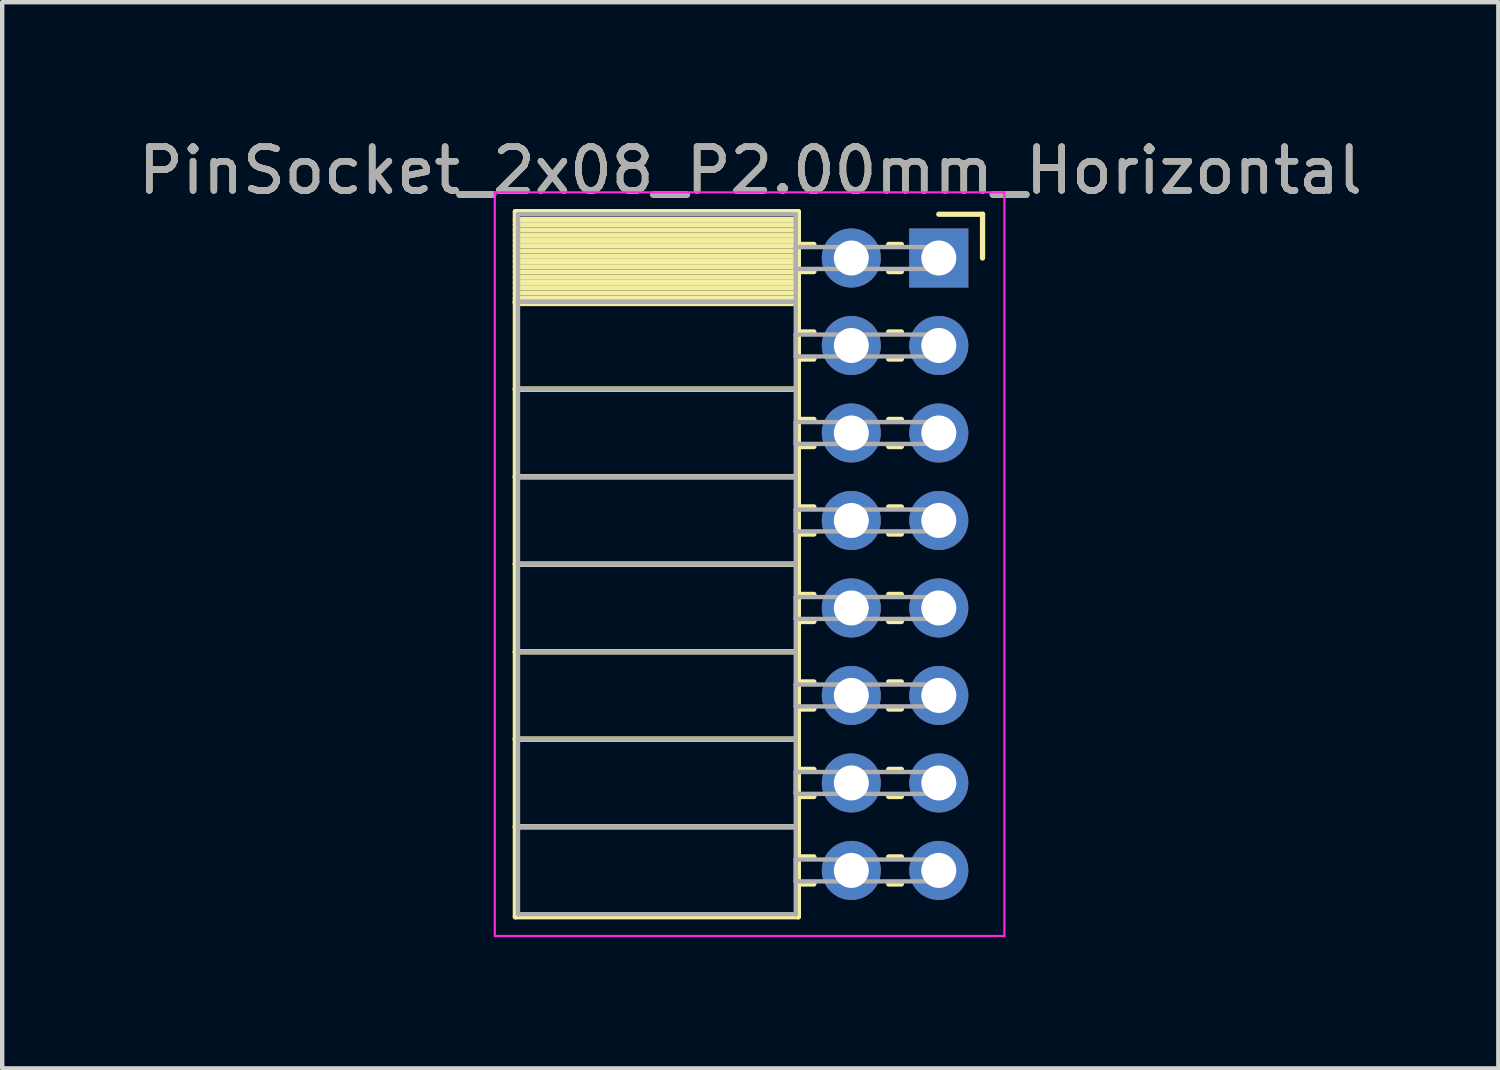
<source format=kicad_pcb>
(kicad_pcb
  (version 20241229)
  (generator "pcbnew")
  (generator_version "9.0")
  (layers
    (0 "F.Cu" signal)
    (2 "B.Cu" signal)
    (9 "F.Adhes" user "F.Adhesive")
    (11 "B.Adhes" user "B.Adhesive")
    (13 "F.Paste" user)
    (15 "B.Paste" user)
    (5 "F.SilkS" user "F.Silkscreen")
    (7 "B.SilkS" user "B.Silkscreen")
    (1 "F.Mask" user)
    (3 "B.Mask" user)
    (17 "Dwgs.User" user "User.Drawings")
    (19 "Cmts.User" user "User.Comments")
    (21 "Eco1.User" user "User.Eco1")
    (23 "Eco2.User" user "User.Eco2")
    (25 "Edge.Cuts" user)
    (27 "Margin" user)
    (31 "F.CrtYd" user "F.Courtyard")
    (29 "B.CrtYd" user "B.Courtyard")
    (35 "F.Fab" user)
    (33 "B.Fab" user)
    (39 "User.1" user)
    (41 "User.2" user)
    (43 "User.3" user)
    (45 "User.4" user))
  (footprint "PinSocket_2x08_P2.00mm_Horizontal"
    (layer "F.Cu")
    (at 18.411 2.848)
    (property "Reference" "PinSocket_2x08_P2.00mm_Horizontal" (at -4.31 -2 0) (layer "F.SilkS") (effects (font (size 1 1) (thickness 0.15))))
    (attr through_hole)
    (fp_line (start -9.68 -1.06) (end -3.21 -1.06) (stroke (width 0.12) (type solid)) (layer "F.SilkS"))
    (fp_line (start -9.68 1) (end -9.68 -1.06) (stroke (width 0.12) (type solid)) (layer "F.SilkS"))
    (fp_line (start -9.68 1) (end -3.21 1) (stroke (width 0.12) (type solid)) (layer "F.SilkS"))
    (fp_line (start -9.68 3) (end -9.68 1) (stroke (width 0.12) (type solid)) (layer "F.SilkS"))
    (fp_line (start -9.68 3) (end -3.21 3) (stroke (width 0.12) (type solid)) (layer "F.SilkS"))
    (fp_line (start -9.68 5) (end -9.68 3) (stroke (width 0.12) (type solid)) (layer "F.SilkS"))
    (fp_line (start -9.68 5) (end -3.21 5) (stroke (width 0.12) (type solid)) (layer "F.SilkS"))
    (fp_line (start -9.68 7) (end -9.68 5) (stroke (width 0.12) (type solid)) (layer "F.SilkS"))
    (fp_line (start -9.68 7) (end -3.21 7) (stroke (width 0.12) (type solid)) (layer "F.SilkS"))
    (fp_line (start -9.68 9) (end -9.68 7) (stroke (width 0.12) (type solid)) (layer "F.SilkS"))
    (fp_line (start -9.68 9) (end -3.21 9) (stroke (width 0.12) (type solid)) (layer "F.SilkS"))
    (fp_line (start -9.68 11) (end -9.68 9) (stroke (width 0.12) (type solid)) (layer "F.SilkS"))
    (fp_line (start -9.68 11) (end -3.21 11) (stroke (width 0.12) (type solid)) (layer "F.SilkS"))
    (fp_line (start -9.68 13) (end -9.68 11) (stroke (width 0.12) (type solid)) (layer "F.SilkS"))
    (fp_line (start -9.68 13) (end -3.21 13) (stroke (width 0.12) (type solid)) (layer "F.SilkS"))
    (fp_line (start -9.68 15.06) (end -9.68 13) (stroke (width 0.12) (type solid)) (layer "F.SilkS"))
    (fp_line (start -3.21 -1.06) (end -3.21 1) (stroke (width 0.12) (type solid)) (layer "F.SilkS"))
    (fp_line (start -3.21 -0.88) (end -9.68 -0.88) (stroke (width 0.12) (type solid)) (layer "F.SilkS"))
    (fp_line (start -3.21 -0.76) (end -9.68 -0.76) (stroke (width 0.12) (type solid)) (layer "F.SilkS"))
    (fp_line (start -3.21 -0.64) (end -9.68 -0.64) (stroke (width 0.12) (type solid)) (layer "F.SilkS"))
    (fp_line (start -3.21 -0.52) (end -9.68 -0.52) (stroke (width 0.12) (type solid)) (layer "F.SilkS"))
    (fp_line (start -3.21 -0.4) (end -9.68 -0.4) (stroke (width 0.12) (type solid)) (layer "F.SilkS"))
    (fp_line (start -3.21 -0.28) (end -9.68 -0.28) (stroke (width 0.12) (type solid)) (layer "F.SilkS"))
    (fp_line (start -3.21 -0.16) (end -9.68 -0.16) (stroke (width 0.12) (type solid)) (layer "F.SilkS"))
    (fp_line (start -3.21 -0.04) (end -9.68 -0.04) (stroke (width 0.12) (type solid)) (layer "F.SilkS"))
    (fp_line (start -3.21 0.08) (end -9.68 0.08) (stroke (width 0.12) (type solid)) (layer "F.SilkS"))
    (fp_line (start -3.21 0.2) (end -9.68 0.2) (stroke (width 0.12) (type solid)) (layer "F.SilkS"))
    (fp_line (start -3.21 0.32) (end -9.68 0.32) (stroke (width 0.12) (type solid)) (layer "F.SilkS"))
    (fp_line (start -3.21 0.44) (end -9.68 0.44) (stroke (width 0.12) (type solid)) (layer "F.SilkS"))
    (fp_line (start -3.21 0.56) (end -9.68 0.56) (stroke (width 0.12) (type solid)) (layer "F.SilkS"))
    (fp_line (start -3.21 0.68) (end -9.68 0.68) (stroke (width 0.12) (type solid)) (layer "F.SilkS"))
    (fp_line (start -3.21 0.8) (end -9.68 0.8) (stroke (width 0.12) (type solid)) (layer "F.SilkS"))
    (fp_line (start -3.21 0.92) (end -9.68 0.92) (stroke (width 0.12) (type solid)) (layer "F.SilkS"))
    (fp_line (start -3.21 1) (end -9.68 1) (stroke (width 0.12) (type solid)) (layer "F.SilkS"))
    (fp_line (start -3.21 1) (end -3.21 3) (stroke (width 0.12) (type solid)) (layer "F.SilkS"))
    (fp_line (start -3.21 1.04) (end -9.68 1.04) (stroke (width 0.12) (type solid)) (layer "F.SilkS"))
    (fp_line (start -3.21 3) (end -9.68 3) (stroke (width 0.12) (type solid)) (layer "F.SilkS"))
    (fp_line (start -3.21 3) (end -3.21 5) (stroke (width 0.12) (type solid)) (layer "F.SilkS"))
    (fp_line (start -3.21 5) (end -9.68 5) (stroke (width 0.12) (type solid)) (layer "F.SilkS"))
    (fp_line (start -3.21 5) (end -3.21 7) (stroke (width 0.12) (type solid)) (layer "F.SilkS"))
    (fp_line (start -3.21 7) (end -9.68 7) (stroke (width 0.12) (type solid)) (layer "F.SilkS"))
    (fp_line (start -3.21 7) (end -3.21 9) (stroke (width 0.12) (type solid)) (layer "F.SilkS"))
    (fp_line (start -3.21 9) (end -9.68 9) (stroke (width 0.12) (type solid)) (layer "F.SilkS"))
    (fp_line (start -3.21 9) (end -3.21 11) (stroke (width 0.12) (type solid)) (layer "F.SilkS"))
    (fp_line (start -3.21 11) (end -9.68 11) (stroke (width 0.12) (type solid)) (layer "F.SilkS"))
    (fp_line (start -3.21 11) (end -3.21 13) (stroke (width 0.12) (type solid)) (layer "F.SilkS"))
    (fp_line (start -3.21 13) (end -9.68 13) (stroke (width 0.12) (type solid)) (layer "F.SilkS"))
    (fp_line (start -3.21 13) (end -3.21 15.06) (stroke (width 0.12) (type solid)) (layer "F.SilkS"))
    (fp_line (start -3.21 15.06) (end -9.68 15.06) (stroke (width 0.12) (type solid)) (layer "F.SilkS"))
    (fp_line (start -2.855 -0.31) (end -3.21 -0.31) (stroke (width 0.12) (type solid)) (layer "F.SilkS"))
    (fp_line (start -2.855 0.31) (end -3.21 0.31) (stroke (width 0.12) (type solid)) (layer "F.SilkS"))
    (fp_line (start -2.855 1.69) (end -3.21 1.69) (stroke (width 0.12) (type solid)) (layer "F.SilkS"))
    (fp_line (start -2.855 2.31) (end -3.21 2.31) (stroke (width 0.12) (type solid)) (layer "F.SilkS"))
    (fp_line (start -2.855 3.69) (end -3.21 3.69) (stroke (width 0.12) (type solid)) (layer "F.SilkS"))
    (fp_line (start -2.855 4.31) (end -3.21 4.31) (stroke (width 0.12) (type solid)) (layer "F.SilkS"))
    (fp_line (start -2.855 5.69) (end -3.21 5.69) (stroke (width 0.12) (type solid)) (layer "F.SilkS"))
    (fp_line (start -2.855 6.31) (end -3.21 6.31) (stroke (width 0.12) (type solid)) (layer "F.SilkS"))
    (fp_line (start -2.855 7.69) (end -3.21 7.69) (stroke (width 0.12) (type solid)) (layer "F.SilkS"))
    (fp_line (start -2.855 8.31) (end -3.21 8.31) (stroke (width 0.12) (type solid)) (layer "F.SilkS"))
    (fp_line (start -2.855 9.69) (end -3.21 9.69) (stroke (width 0.12) (type solid)) (layer "F.SilkS"))
    (fp_line (start -2.855 10.31) (end -3.21 10.31) (stroke (width 0.12) (type solid)) (layer "F.SilkS"))
    (fp_line (start -2.855 11.69) (end -3.21 11.69) (stroke (width 0.12) (type solid)) (layer "F.SilkS"))
    (fp_line (start -2.855 12.31) (end -3.21 12.31) (stroke (width 0.12) (type solid)) (layer "F.SilkS"))
    (fp_line (start -2.855 13.69) (end -3.21 13.69) (stroke (width 0.12) (type solid)) (layer "F.SilkS"))
    (fp_line (start -2.855 14.31) (end -3.21 14.31) (stroke (width 0.12) (type solid)) (layer "F.SilkS"))
    (fp_line (start -0.855 -0.31) (end -1.145 -0.31) (stroke (width 0.12) (type solid)) (layer "F.SilkS"))
    (fp_line (start -0.855 0.31) (end -1.145 0.31) (stroke (width 0.12) (type solid)) (layer "F.SilkS"))
    (fp_line (start -0.855 1.69) (end -1.145 1.69) (stroke (width 0.12) (type solid)) (layer "F.SilkS"))
    (fp_line (start -0.855 2.31) (end -1.145 2.31) (stroke (width 0.12) (type solid)) (layer "F.SilkS"))
    (fp_line (start -0.855 3.69) (end -1.145 3.69) (stroke (width 0.12) (type solid)) (layer "F.SilkS"))
    (fp_line (start -0.855 4.31) (end -1.145 4.31) (stroke (width 0.12) (type solid)) (layer "F.SilkS"))
    (fp_line (start -0.855 5.69) (end -1.145 5.69) (stroke (width 0.12) (type solid)) (layer "F.SilkS"))
    (fp_line (start -0.855 6.31) (end -1.145 6.31) (stroke (width 0.12) (type solid)) (layer "F.SilkS"))
    (fp_line (start -0.855 7.69) (end -1.145 7.69) (stroke (width 0.12) (type solid)) (layer "F.SilkS"))
    (fp_line (start -0.855 8.31) (end -1.145 8.31) (stroke (width 0.12) (type solid)) (layer "F.SilkS"))
    (fp_line (start -0.855 9.69) (end -1.145 9.69) (stroke (width 0.12) (type solid)) (layer "F.SilkS"))
    (fp_line (start -0.855 10.31) (end -1.145 10.31) (stroke (width 0.12) (type solid)) (layer "F.SilkS"))
    (fp_line (start -0.855 11.69) (end -1.145 11.69) (stroke (width 0.12) (type solid)) (layer "F.SilkS"))
    (fp_line (start -0.855 12.31) (end -1.145 12.31) (stroke (width 0.12) (type solid)) (layer "F.SilkS"))
    (fp_line (start -0.855 13.69) (end -1.145 13.69) (stroke (width 0.12) (type solid)) (layer "F.SilkS"))
    (fp_line (start -0.855 14.31) (end -1.145 14.31) (stroke (width 0.12) (type solid)) (layer "F.SilkS"))
    (fp_line (start 0 -1) (end 1 -1) (stroke (width 0.12) (type solid)) (layer "F.SilkS"))
    (fp_line (start 1 -1) (end 1 0) (stroke (width 0.12) (type solid)) (layer "F.SilkS"))
    (fp_line (start -10.15 -1.5) (end 1.5 -1.5) (stroke (width 0.05) (type solid)) (layer "F.CrtYd"))
    (fp_line (start -10.15 15.5) (end -10.15 -1.5) (stroke (width 0.05) (type solid)) (layer "F.CrtYd"))
    (fp_line (start 1.5 -1.5) (end 1.5 15.5) (stroke (width 0.05) (type solid)) (layer "F.CrtYd"))
    (fp_line (start 1.5 15.5) (end -10.15 15.5) (stroke (width 0.05) (type solid)) (layer "F.CrtYd"))
    (fp_line (start -9.62 -1) (end -3.27 -1) (stroke (width 0.1) (type solid)) (layer "F.Fab"))
    (fp_line (start -9.62 1) (end -9.62 -1) (stroke (width 0.1) (type solid)) (layer "F.Fab"))
    (fp_line (start -9.62 1) (end -3.27 1) (stroke (width 0.1) (type solid)) (layer "F.Fab"))
    (fp_line (start -9.62 3) (end -9.62 1) (stroke (width 0.1) (type solid)) (layer "F.Fab"))
    (fp_line (start -9.62 3) (end -3.27 3) (stroke (width 0.1) (type solid)) (layer "F.Fab"))
    (fp_line (start -9.62 5) (end -9.62 3) (stroke (width 0.1) (type solid)) (layer "F.Fab"))
    (fp_line (start -9.62 5) (end -3.27 5) (stroke (width 0.1) (type solid)) (layer "F.Fab"))
    (fp_line (start -9.62 7) (end -9.62 5) (stroke (width 0.1) (type solid)) (layer "F.Fab"))
    (fp_line (start -9.62 7) (end -3.27 7) (stroke (width 0.1) (type solid)) (layer "F.Fab"))
    (fp_line (start -9.62 9) (end -9.62 7) (stroke (width 0.1) (type solid)) (layer "F.Fab"))
    (fp_line (start -9.62 9) (end -3.27 9) (stroke (width 0.1) (type solid)) (layer "F.Fab"))
    (fp_line (start -9.62 11) (end -9.62 9) (stroke (width 0.1) (type solid)) (layer "F.Fab"))
    (fp_line (start -9.62 11) (end -3.27 11) (stroke (width 0.1) (type solid)) (layer "F.Fab"))
    (fp_line (start -9.62 13) (end -9.62 11) (stroke (width 0.1) (type solid)) (layer "F.Fab"))
    (fp_line (start -9.62 13) (end -3.27 13) (stroke (width 0.1) (type solid)) (layer "F.Fab"))
    (fp_line (start -9.62 15) (end -9.62 13) (stroke (width 0.1) (type solid)) (layer "F.Fab"))
    (fp_line (start -3.27 -1) (end -3.27 1) (stroke (width 0.1) (type solid)) (layer "F.Fab"))
    (fp_line (start -3.27 -0.25) (end 0 -0.25) (stroke (width 0.1) (type solid)) (layer "F.Fab"))
    (fp_line (start -3.27 0.25) (end -3.27 -0.25) (stroke (width 0.1) (type solid)) (layer "F.Fab"))
    (fp_line (start -3.27 1) (end -9.62 1) (stroke (width 0.1) (type solid)) (layer "F.Fab"))
    (fp_line (start -3.27 1) (end -3.27 3) (stroke (width 0.1) (type solid)) (layer "F.Fab"))
    (fp_line (start -3.27 1.75) (end 0 1.75) (stroke (width 0.1) (type solid)) (layer "F.Fab"))
    (fp_line (start -3.27 2.25) (end -3.27 1.75) (stroke (width 0.1) (type solid)) (layer "F.Fab"))
    (fp_line (start -3.27 3) (end -9.62 3) (stroke (width 0.1) (type solid)) (layer "F.Fab"))
    (fp_line (start -3.27 3) (end -3.27 5) (stroke (width 0.1) (type solid)) (layer "F.Fab"))
    (fp_line (start -3.27 3.75) (end 0 3.75) (stroke (width 0.1) (type solid)) (layer "F.Fab"))
    (fp_line (start -3.27 4.25) (end -3.27 3.75) (stroke (width 0.1) (type solid)) (layer "F.Fab"))
    (fp_line (start -3.27 5) (end -9.62 5) (stroke (width 0.1) (type solid)) (layer "F.Fab"))
    (fp_line (start -3.27 5) (end -3.27 7) (stroke (width 0.1) (type solid)) (layer "F.Fab"))
    (fp_line (start -3.27 5.75) (end 0 5.75) (stroke (width 0.1) (type solid)) (layer "F.Fab"))
    (fp_line (start -3.27 6.25) (end -3.27 5.75) (stroke (width 0.1) (type solid)) (layer "F.Fab"))
    (fp_line (start -3.27 7) (end -9.62 7) (stroke (width 0.1) (type solid)) (layer "F.Fab"))
    (fp_line (start -3.27 7) (end -3.27 9) (stroke (width 0.1) (type solid)) (layer "F.Fab"))
    (fp_line (start -3.27 7.75) (end 0 7.75) (stroke (width 0.1) (type solid)) (layer "F.Fab"))
    (fp_line (start -3.27 8.25) (end -3.27 7.75) (stroke (width 0.1) (type solid)) (layer "F.Fab"))
    (fp_line (start -3.27 9) (end -9.62 9) (stroke (width 0.1) (type solid)) (layer "F.Fab"))
    (fp_line (start -3.27 9) (end -3.27 11) (stroke (width 0.1) (type solid)) (layer "F.Fab"))
    (fp_line (start -3.27 9.75) (end 0 9.75) (stroke (width 0.1) (type solid)) (layer "F.Fab"))
    (fp_line (start -3.27 10.25) (end -3.27 9.75) (stroke (width 0.1) (type solid)) (layer "F.Fab"))
    (fp_line (start -3.27 11) (end -9.62 11) (stroke (width 0.1) (type solid)) (layer "F.Fab"))
    (fp_line (start -3.27 11) (end -3.27 13) (stroke (width 0.1) (type solid)) (layer "F.Fab"))
    (fp_line (start -3.27 11.75) (end 0 11.75) (stroke (width 0.1) (type solid)) (layer "F.Fab"))
    (fp_line (start -3.27 12.25) (end -3.27 11.75) (stroke (width 0.1) (type solid)) (layer "F.Fab"))
    (fp_line (start -3.27 13) (end -9.62 13) (stroke (width 0.1) (type solid)) (layer "F.Fab"))
    (fp_line (start -3.27 13) (end -3.27 15) (stroke (width 0.1) (type solid)) (layer "F.Fab"))
    (fp_line (start -3.27 13.75) (end 0 13.75) (stroke (width 0.1) (type solid)) (layer "F.Fab"))
    (fp_line (start -3.27 14.25) (end -3.27 13.75) (stroke (width 0.1) (type solid)) (layer "F.Fab"))
    (fp_line (start -3.27 15) (end -9.62 15) (stroke (width 0.1) (type solid)) (layer "F.Fab"))
    (fp_line (start 0 -0.25) (end 0 0.25) (stroke (width 0.1) (type solid)) (layer "F.Fab"))
    (fp_line (start 0 0.25) (end -3.27 0.25) (stroke (width 0.1) (type solid)) (layer "F.Fab"))
    (fp_line (start 0 1.75) (end 0 2.25) (stroke (width 0.1) (type solid)) (layer "F.Fab"))
    (fp_line (start 0 2.25) (end -3.27 2.25) (stroke (width 0.1) (type solid)) (layer "F.Fab"))
    (fp_line (start 0 3.75) (end 0 4.25) (stroke (width 0.1) (type solid)) (layer "F.Fab"))
    (fp_line (start 0 4.25) (end -3.27 4.25) (stroke (width 0.1) (type solid)) (layer "F.Fab"))
    (fp_line (start 0 5.75) (end 0 6.25) (stroke (width 0.1) (type solid)) (layer "F.Fab"))
    (fp_line (start 0 6.25) (end -3.27 6.25) (stroke (width 0.1) (type solid)) (layer "F.Fab"))
    (fp_line (start 0 7.75) (end 0 8.25) (stroke (width 0.1) (type solid)) (layer "F.Fab"))
    (fp_line (start 0 8.25) (end -3.27 8.25) (stroke (width 0.1) (type solid)) (layer "F.Fab"))
    (fp_line (start 0 9.75) (end 0 10.25) (stroke (width 0.1) (type solid)) (layer "F.Fab"))
    (fp_line (start 0 10.25) (end -3.27 10.25) (stroke (width 0.1) (type solid)) (layer "F.Fab"))
    (fp_line (start 0 11.75) (end 0 12.25) (stroke (width 0.1) (type solid)) (layer "F.Fab"))
    (fp_line (start 0 12.25) (end -3.27 12.25) (stroke (width 0.1) (type solid)) (layer "F.Fab"))
    (fp_line (start 0 13.75) (end 0 14.25) (stroke (width 0.1) (type solid)) (layer "F.Fab"))
    (fp_line (start 0 14.25) (end -3.27 14.25) (stroke (width 0.1) (type solid)) (layer "F.Fab"))
    (fp_text user "${REFERENCE}" (at -4.31 -2 0) (layer "F.Fab") (effects (font (size 1 1) (thickness 0.15))))
    (pad "1" thru_hole rect (at 0 0) (size 1.35 1.35) (drill 0.8) (layers "*.Cu" "*.Mask"))
    (pad "2" thru_hole oval (at -2 0) (size 1.35 1.35) (drill 0.8) (layers "*.Cu" "*.Mask"))
    (pad "3" thru_hole oval (at 0 2) (size 1.35 1.35) (drill 0.8) (layers "*.Cu" "*.Mask"))
    (pad "4" thru_hole oval (at -2 2) (size 1.35 1.35) (drill 0.8) (layers "*.Cu" "*.Mask"))
    (pad "5" thru_hole oval (at 0 4) (size 1.35 1.35) (drill 0.8) (layers "*.Cu" "*.Mask"))
    (pad "6" thru_hole oval (at -2 4) (size 1.35 1.35) (drill 0.8) (layers "*.Cu" "*.Mask"))
    (pad "7" thru_hole oval (at 0 6) (size 1.35 1.35) (drill 0.8) (layers "*.Cu" "*.Mask"))
    (pad "8" thru_hole oval (at -2 6) (size 1.35 1.35) (drill 0.8) (layers "*.Cu" "*.Mask"))
    (pad "9" thru_hole oval (at 0 8) (size 1.35 1.35) (drill 0.8) (layers "*.Cu" "*.Mask"))
    (pad "10" thru_hole oval (at -2 8) (size 1.35 1.35) (drill 0.8) (layers "*.Cu" "*.Mask"))
    (pad "11" thru_hole oval (at 0 10) (size 1.35 1.35) (drill 0.8) (layers "*.Cu" "*.Mask"))
    (pad "12" thru_hole oval (at -2 10) (size 1.35 1.35) (drill 0.8) (layers "*.Cu" "*.Mask"))
    (pad "13" thru_hole oval (at 0 12) (size 1.35 1.35) (drill 0.8) (layers "*.Cu" "*.Mask"))
    (pad "14" thru_hole oval (at -2 12) (size 1.35 1.35) (drill 0.8) (layers "*.Cu" "*.Mask"))
    (pad "15" thru_hole oval (at 0 14) (size 1.35 1.35) (drill 0.8) (layers "*.Cu" "*.Mask"))
    (pad "16" thru_hole oval (at -2 14) (size 1.35 1.35) (drill 0.8) (layers "*.Cu" "*.Mask")))
  (gr_rect
    (start -3 -3)
    (end 31.202 21.373)
    (stroke (width 0.1) (type default))
    (fill no)
    (layer "Edge.Cuts")))
</source>
